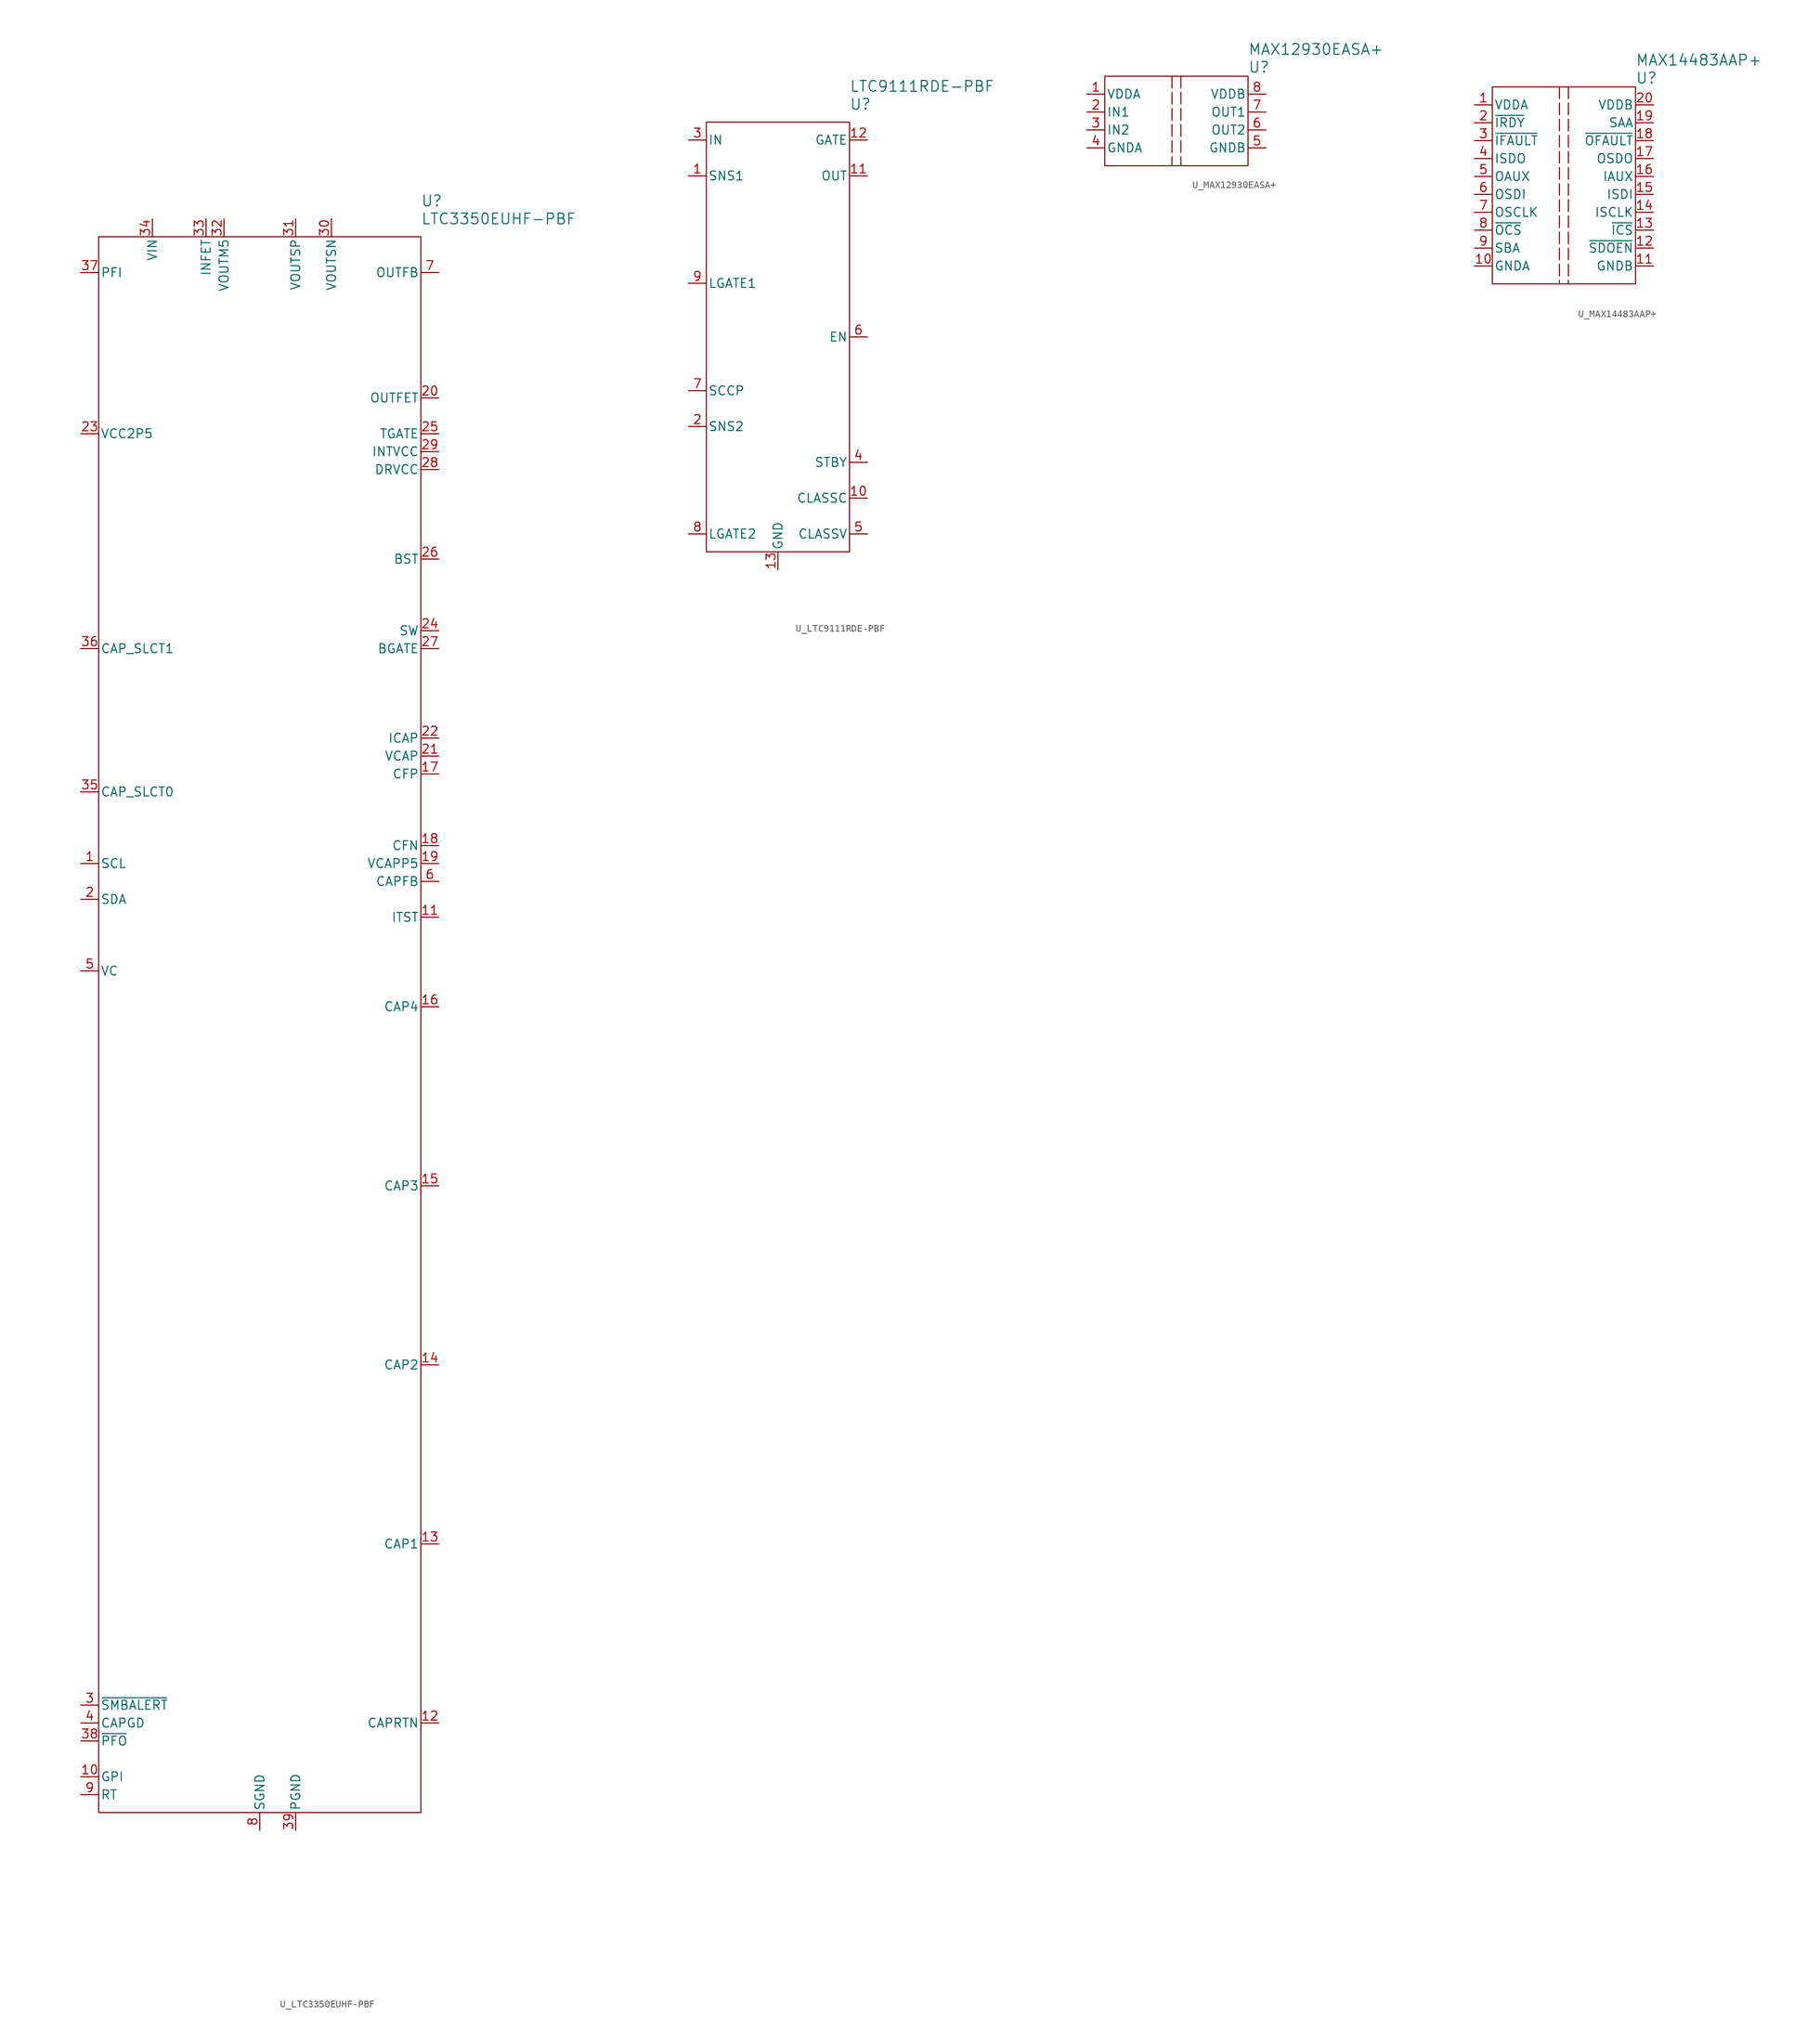
<source format=kicad_sym>
(kicad_symbol_lib
  (version 20241209)
  (generator "kicad_symbol_editor")
  (generator_version "9.0")
  (symbol "U_LTC3350EUHF-PBF"
    (pin_names
      (offset 0.254))
    (property "Reference" "U"
      (at 22.86 116.84 0)
      (effects (font (size 1.524 1.524)) (justify left)))
    (property "Value" "LTC3350EUHF-PBF"
      (at 22.86 114.3 0)
      (effects (font (size 1.524 1.524)) (justify left)))
    (symbol "U_LTC3350EUHF-PBF_0_1"
      (rectangle (start -22.86 111.76) (end 22.86 -111.76) (stroke (width 0) (type default)) (fill (type none)))
      (pin input line (at -25.4 106.68 0) (length 2.54) (name "PFI" (effects (font (size 1.27 1.27)))) (number "37" (effects (font (size 1.27 1.27)))))
      (pin output line (at -25.4 83.82 0) (length 2.54) (name "VCC2P5" (effects (font (size 1.27 1.27)))) (number "23" (effects (font (size 1.27 1.27)))))
      (pin unspecified line (at -25.4 53.34 0) (length 2.54) (name "CAP_SLCT1" (effects (font (size 1.27 1.27)))) (number "36" (effects (font (size 1.27 1.27)))))
      (pin unspecified line (at -25.4 33.02 0) (length 2.54) (name "CAP_SLCT0" (effects (font (size 1.27 1.27)))) (number "35" (effects (font (size 1.27 1.27)))))
      (pin unspecified line (at -25.4 22.86 0) (length 2.54) (name "SCL" (effects (font (size 1.27 1.27)))) (number "1" (effects (font (size 1.27 1.27)))))
      (pin bidirectional line (at -25.4 17.78 0) (length 2.54) (name "SDA" (effects (font (size 1.27 1.27)))) (number "2" (effects (font (size 1.27 1.27)))))
      (pin input line (at -25.4 7.62 0) (length 2.54) (name "VC" (effects (font (size 1.27 1.27)))) (number "5" (effects (font (size 1.27 1.27)))))
      (pin power_in line (at -25.4 -99.06 0) (length 2.54) (name "CAPGD" (effects (font (size 1.27 1.27)))) (number "4" (effects (font (size 1.27 1.27)))))
      (pin input line (at -25.4 -106.68 0) (length 2.54) (name "GPI" (effects (font (size 1.27 1.27)))) (number "10" (effects (font (size 1.27 1.27)))))
      (pin unspecified line (at -25.4 -109.22 0) (length 2.54) (name "RT" (effects (font (size 1.27 1.27)))) (number "9" (effects (font (size 1.27 1.27)))))
      (pin input line (at -15.24 114.3 270) (length 2.54) (name "VIN" (effects (font (size 1.27 1.27)))) (number "34" (effects (font (size 1.27 1.27)))))
      (pin bidirectional line (at -7.62 114.3 270) (length 2.54) (name "INFET" (effects (font (size 1.27 1.27)))) (number "33" (effects (font (size 1.27 1.27)))))
      (pin unspecified line (at -5.08 114.3 270) (length 2.54) (name "VOUTM5" (effects (font (size 1.27 1.27)))) (number "32" (effects (font (size 1.27 1.27)))))
      (pin power_in line (at 0 -114.3 90) (length 2.54) (name "SGND" (effects (font (size 1.27 1.27)))) (number "8" (effects (font (size 1.27 1.27)))))
      (pin input line (at 5.08 114.3 270) (length 2.54) (name "VOUTSP" (effects (font (size 1.27 1.27)))) (number "31" (effects (font (size 1.27 1.27)))))
      (pin power_in line (at 5.08 -114.3 90) (length 2.54) (name "PGND" (effects (font (size 1.27 1.27)))) (number "39" (effects (font (size 1.27 1.27)))))
      (pin input line (at 10.16 114.3 270) (length 2.54) (name "VOUTSN" (effects (font (size 1.27 1.27)))) (number "30" (effects (font (size 1.27 1.27)))))
      (pin output line (at 25.4 106.68 180) (length 2.54) (name "OUTFB" (effects (font (size 1.27 1.27)))) (number "7" (effects (font (size 1.27 1.27)))))
      (pin output line (at 25.4 88.9 180) (length 2.54) (name "OUTFET" (effects (font (size 1.27 1.27)))) (number "20" (effects (font (size 1.27 1.27)))))
      (pin output line (at 25.4 83.82 180) (length 2.54) (name "TGATE" (effects (font (size 1.27 1.27)))) (number "25" (effects (font (size 1.27 1.27)))))
      (pin output line (at 25.4 81.28 180) (length 2.54) (name "INTVCC" (effects (font (size 1.27 1.27)))) (number "29" (effects (font (size 1.27 1.27)))))
      (pin power_in line (at 25.4 78.74 180) (length 2.54) (name "DRVCC" (effects (font (size 1.27 1.27)))) (number "28" (effects (font (size 1.27 1.27)))))
      (pin input line (at 25.4 66.04 180) (length 2.54) (name "BST" (effects (font (size 1.27 1.27)))) (number "26" (effects (font (size 1.27 1.27)))))
      (pin unspecified line (at 25.4 55.88 180) (length 2.54) (name "SW" (effects (font (size 1.27 1.27)))) (number "24" (effects (font (size 1.27 1.27)))))
      (pin output line (at 25.4 53.34 180) (length 2.54) (name "BGATE" (effects (font (size 1.27 1.27)))) (number "27" (effects (font (size 1.27 1.27)))))
      (pin input line (at 25.4 40.64 180) (length 2.54) (name "ICAP" (effects (font (size 1.27 1.27)))) (number "22" (effects (font (size 1.27 1.27)))))
      (pin input line (at 25.4 38.1 180) (length 2.54) (name "VCAP" (effects (font (size 1.27 1.27)))) (number "21" (effects (font (size 1.27 1.27)))))
      (pin unspecified line (at 25.4 35.56 180) (length 2.54) (name "CFP" (effects (font (size 1.27 1.27)))) (number "17" (effects (font (size 1.27 1.27)))))
      (pin unspecified line (at 25.4 25.4 180) (length 2.54) (name "CFN" (effects (font (size 1.27 1.27)))) (number "18" (effects (font (size 1.27 1.27)))))
      (pin output line (at 25.4 22.86 180) (length 2.54) (name "VCAPP5" (effects (font (size 1.27 1.27)))) (number "19" (effects (font (size 1.27 1.27)))))
      (pin unspecified line (at 25.4 20.32 180) (length 2.54) (name "CAPFB" (effects (font (size 1.27 1.27)))) (number "6" (effects (font (size 1.27 1.27)))))
      (pin unspecified line (at 25.4 15.24 180) (length 2.54) (name "ITST" (effects (font (size 1.27 1.27)))) (number "11" (effects (font (size 1.27 1.27)))))
      (pin unspecified line (at 25.4 2.54 180) (length 2.54) (name "CAP4" (effects (font (size 1.27 1.27)))) (number "16" (effects (font (size 1.27 1.27)))))
      (pin unspecified line (at 25.4 -22.86 180) (length 2.54) (name "CAP3" (effects (font (size 1.27 1.27)))) (number "15" (effects (font (size 1.27 1.27)))))
      (pin unspecified line (at 25.4 -48.26 180) (length 2.54) (name "CAP2" (effects (font (size 1.27 1.27)))) (number "14" (effects (font (size 1.27 1.27)))))
      (pin unspecified line (at 25.4 -73.66 180) (length 2.54) (name "CAP1" (effects (font (size 1.27 1.27)))) (number "13" (effects (font (size 1.27 1.27)))))
      (pin unspecified line (at 25.4 -99.06 180) (length 2.54) (name "CAPRTN" (effects (font (size 1.27 1.27)))) (number "12" (effects (font (size 1.27 1.27))))))
    (symbol "U_LTC3350EUHF-PBF_1_1"
      (pin output line (at -25.4 -96.52 0) (length 2.54) (name "~{SMBALERT}" (effects (font (size 1.27 1.27)))) (number "3" (effects (font (size 1.27 1.27)))))
      (pin output line (at -25.4 -101.6 0) (length 2.54) (name "~{PFO}" (effects (font (size 1.27 1.27)))) (number "38" (effects (font (size 1.27 1.27)))))))
  (symbol "U_LTC9111RDE-PBF"
    (pin_names
      (offset 0.254))
    (property "Reference" "U"
      (at 10.16 33.02 0)
      (effects (font (size 1.524 1.524)) (justify left)))
    (property "Value" "LTC9111RDE-PBF"
      (at 10.16 35.56 0)
      (effects (font (size 1.524 1.524)) (justify left)))
    (symbol "U_LTC9111RDE-PBF_0_1"
      (pin power_in line (at -12.7 27.94 0) (length 2.54) (name "IN" (effects (font (size 1.27 1.27)))) (number "3" (effects (font (size 1.27 1.27)))))
      (pin input line (at -12.7 22.86 0) (length 2.54) (name "SNS1" (effects (font (size 1.27 1.27)))) (number "1" (effects (font (size 1.27 1.27)))))
      (pin power_in line (at -12.7 7.62 0) (length 2.54) (name "LGATE1" (effects (font (size 1.27 1.27)))) (number "9" (effects (font (size 1.27 1.27)))))
      (pin power_in line (at -12.7 -7.62 0) (length 2.54) (name "SCCP" (effects (font (size 1.27 1.27)))) (number "7" (effects (font (size 1.27 1.27)))))
      (pin input line (at -12.7 -12.7 0) (length 2.54) (name "SNS2" (effects (font (size 1.27 1.27)))) (number "2" (effects (font (size 1.27 1.27)))))
      (pin power_in line (at -12.7 -27.94 0) (length 2.54) (name "LGATE2" (effects (font (size 1.27 1.27)))) (number "8" (effects (font (size 1.27 1.27)))))
      (pin power_in line (at 12.7 27.94 180) (length 2.54) (name "GATE" (effects (font (size 1.27 1.27)))) (number "12" (effects (font (size 1.27 1.27)))))
      (pin power_in line (at 12.7 22.86 180) (length 2.54) (name "OUT" (effects (font (size 1.27 1.27)))) (number "11" (effects (font (size 1.27 1.27)))))
      (pin output line (at 12.7 0 180) (length 2.54) (name "EN" (effects (font (size 1.27 1.27)))) (number "6" (effects (font (size 1.27 1.27)))))
      (pin power_in line (at 12.7 -17.78 180) (length 2.54) (name "STBY" (effects (font (size 1.27 1.27)))) (number "4" (effects (font (size 1.27 1.27)))))
      (pin input line (at 12.7 -22.86 180) (length 2.54) (name "CLASSC" (effects (font (size 1.27 1.27)))) (number "10" (effects (font (size 1.27 1.27)))))
      (pin input line (at 12.7 -27.94 180) (length 2.54) (name "CLASSV" (effects (font (size 1.27 1.27)))) (number "5" (effects (font (size 1.27 1.27))))))
    (symbol "U_LTC9111RDE-PBF_1_1"
      (rectangle (start -10.16 30.48) (end 10.16 -30.48) (stroke (width 0) (type default)) (fill (type none)))
      (pin power_in line (at 0 -33.02 90) (length 2.54) (name "GND" (effects (font (size 1.27 1.27)))) (number "13" (effects (font (size 1.27 1.27)))))))
  (symbol "U_MAX12930EASA+"
    (pin_names
      (offset 0.254))
    (property "Reference" "U"
      (at 10.16 7.62 0)
      (effects (font (size 1.524 1.524)) (justify left)))
    (property "Value" "MAX12930EASA+"
      (at 10.16 10.16 0)
      (effects (font (size 1.524 1.524)) (justify left)))
    (symbol "U_MAX12930EASA+_0_1"
      (pin power_in line (at -12.7 3.81 0) (length 2.54) (name "VDDA" (effects (font (size 1.27 1.27)))) (number "1" (effects (font (size 1.27 1.27)))))
      (pin input line (at -12.7 1.27 0) (length 2.54) (name "IN1" (effects (font (size 1.27 1.27)))) (number "2" (effects (font (size 1.27 1.27)))))
      (pin input line (at -12.7 -1.27 0) (length 2.54) (name "IN2" (effects (font (size 1.27 1.27)))) (number "3" (effects (font (size 1.27 1.27)))))
      (pin power_in line (at 12.7 3.81 180) (length 2.54) (name "VDDB" (effects (font (size 1.27 1.27)))) (number "8" (effects (font (size 1.27 1.27)))))
      (pin output line (at 12.7 1.27 180) (length 2.54) (name "OUT1" (effects (font (size 1.27 1.27)))) (number "7" (effects (font (size 1.27 1.27)))))
      (pin output line (at 12.7 -1.27 180) (length 2.54) (name "OUT2" (effects (font (size 1.27 1.27)))) (number "6" (effects (font (size 1.27 1.27))))))
    (symbol "U_MAX12930EASA+_1_1"
      (rectangle (start -10.16 6.35) (end 10.16 -6.35) (stroke (width 0) (type default)) (fill (type none)))
      (polyline (pts (xy -0.635 6.35) (xy -0.635 -6.35)) (stroke (width 0) (type dash)) (fill (type none)))
      (polyline (pts (xy 0.635 6.35) (xy 0.635 -6.35)) (stroke (width 0) (type dash)) (fill (type none)))
      (pin power_in line (at -12.7 -3.81 0) (length 2.54) (name "GNDA" (effects (font (size 1.27 1.27)))) (number "4" (effects (font (size 1.27 1.27)))))
      (pin power_in line (at 12.7 -3.81 180) (length 2.54) (name "GNDB" (effects (font (size 1.27 1.27)))) (number "5" (effects (font (size 1.27 1.27)))))))
  (symbol "U_MAX14483AAP+"
    (pin_names
      (offset 0.254))
    (property "Reference" "U"
      (at 10.16 15.24 0)
      (effects (font (size 1.524 1.524)) (justify left)))
    (property "Value" "MAX14483AAP+"
      (at 10.16 17.78 0)
      (effects (font (size 1.524 1.524)) (justify left)))
    (symbol "U_MAX14483AAP+_0_1"
      (pin power_in line (at -12.7 11.43 0) (length 2.54) (name "VDDA" (effects (font (size 1.27 1.27)))) (number "1" (effects (font (size 1.27 1.27)))))
      (pin power_in line (at 12.7 11.43 180) (length 2.54) (name "VDDB" (effects (font (size 1.27 1.27)))) (number "20" (effects (font (size 1.27 1.27))))))
    (symbol "U_MAX14483AAP+_1_1"
      (rectangle (start -10.16 13.97) (end 10.16 -13.97) (stroke (width 0) (type default)) (fill (type none)))
      (polyline (pts (xy -0.635 13.97) (xy -0.635 -13.97)) (stroke (width 0) (type dash)) (fill (type none)))
      (polyline (pts (xy 0.635 13.97) (xy 0.635 -13.97)) (stroke (width 0) (type dash)) (fill (type none)))
      (pin output line (at -12.7 8.89 0) (length 2.54) (name "~{IRDY}" (effects (font (size 1.27 1.27)))) (number "2" (effects (font (size 1.27 1.27)))))
      (pin input line (at -12.7 6.35 0) (length 2.54) (name "~{IFAULT}" (effects (font (size 1.27 1.27)))) (number "3" (effects (font (size 1.27 1.27)))))
      (pin input line (at -12.7 3.81 0) (length 2.54) (name "ISDO" (effects (font (size 1.27 1.27)))) (number "4" (effects (font (size 1.27 1.27)))))
      (pin output line (at -12.7 1.27 0) (length 2.54) (name "OAUX" (effects (font (size 1.27 1.27)))) (number "5" (effects (font (size 1.27 1.27)))))
      (pin output line (at -12.7 -1.27 0) (length 2.54) (name "OSDI" (effects (font (size 1.27 1.27)))) (number "6" (effects (font (size 1.27 1.27)))))
      (pin output line (at -12.7 -3.81 0) (length 2.54) (name "OSCLK" (effects (font (size 1.27 1.27)))) (number "7" (effects (font (size 1.27 1.27)))))
      (pin output line (at -12.7 -6.35 0) (length 2.54) (name "~{OCS}" (effects (font (size 1.27 1.27)))) (number "8" (effects (font (size 1.27 1.27)))))
      (pin output line (at -12.7 -8.89 0) (length 2.54) (name "SBA" (effects (font (size 1.27 1.27)))) (number "9" (effects (font (size 1.27 1.27)))))
      (pin power_in line (at -12.7 -11.43 0) (length 2.54) (name "GNDA" (effects (font (size 1.27 1.27)))) (number "10" (effects (font (size 1.27 1.27)))))
      (pin output line (at 12.7 8.89 180) (length 2.54) (name "SAA" (effects (font (size 1.27 1.27)))) (number "19" (effects (font (size 1.27 1.27)))))
      (pin output line (at 12.7 6.35 180) (length 2.54) (name "~{OFAULT}" (effects (font (size 1.27 1.27)))) (number "18" (effects (font (size 1.27 1.27)))))
      (pin output line (at 12.7 3.81 180) (length 2.54) (name "OSDO" (effects (font (size 1.27 1.27)))) (number "17" (effects (font (size 1.27 1.27)))))
      (pin input line (at 12.7 1.27 180) (length 2.54) (name "IAUX" (effects (font (size 1.27 1.27)))) (number "16" (effects (font (size 1.27 1.27)))))
      (pin input line (at 12.7 -1.27 180) (length 2.54) (name "ISDI" (effects (font (size 1.27 1.27)))) (number "15" (effects (font (size 1.27 1.27)))))
      (pin input line (at 12.7 -3.81 180) (length 2.54) (name "ISCLK" (effects (font (size 1.27 1.27)))) (number "14" (effects (font (size 1.27 1.27)))))
      (pin input line (at 12.7 -6.35 180) (length 2.54) (name "~{ICS}" (effects (font (size 1.27 1.27)))) (number "13" (effects (font (size 1.27 1.27)))))
      (pin output line (at 12.7 -8.89 180) (length 2.54) (name "~{SDOEN}" (effects (font (size 1.27 1.27)))) (number "12" (effects (font (size 1.27 1.27)))))
      (pin power_in line (at 12.7 -11.43 180) (length 2.54) (name "GNDB" (effects (font (size 1.27 1.27)))) (number "11" (effects (font (size 1.27 1.27))))))))
</source>
